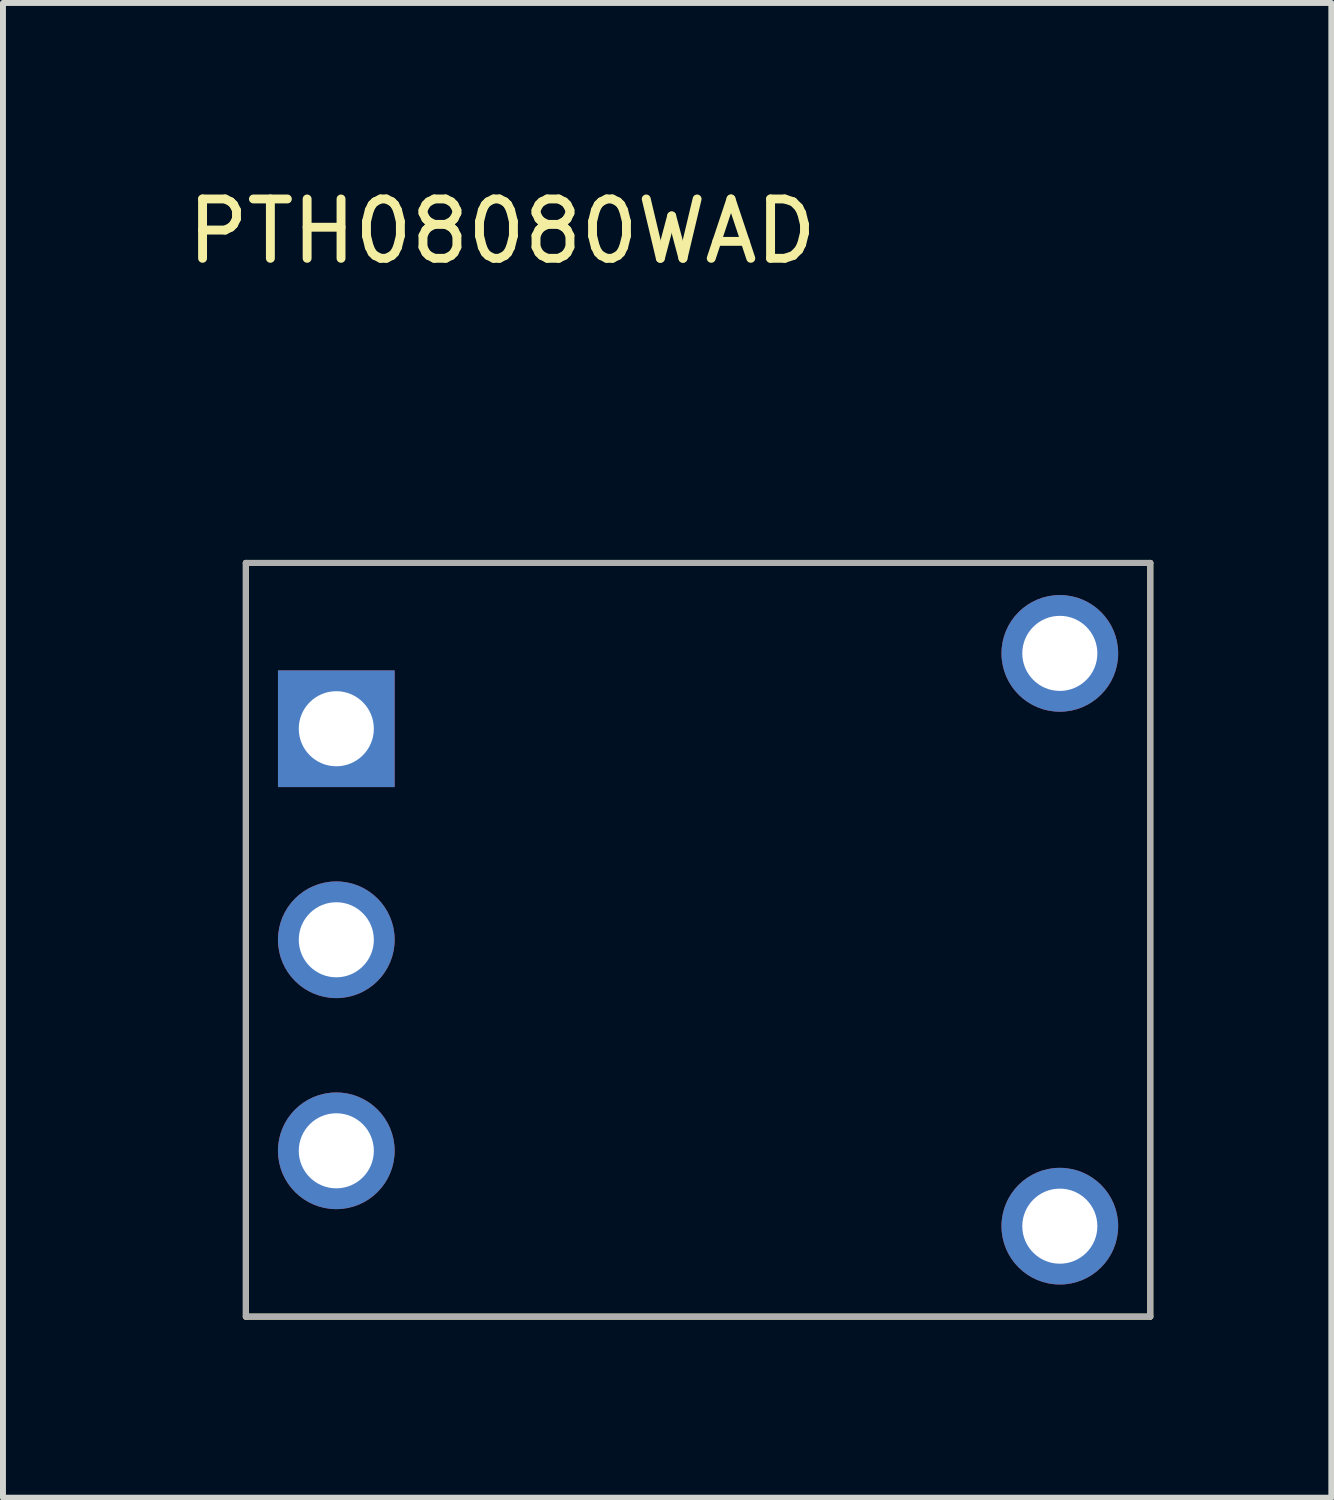
<source format=kicad_pcb>
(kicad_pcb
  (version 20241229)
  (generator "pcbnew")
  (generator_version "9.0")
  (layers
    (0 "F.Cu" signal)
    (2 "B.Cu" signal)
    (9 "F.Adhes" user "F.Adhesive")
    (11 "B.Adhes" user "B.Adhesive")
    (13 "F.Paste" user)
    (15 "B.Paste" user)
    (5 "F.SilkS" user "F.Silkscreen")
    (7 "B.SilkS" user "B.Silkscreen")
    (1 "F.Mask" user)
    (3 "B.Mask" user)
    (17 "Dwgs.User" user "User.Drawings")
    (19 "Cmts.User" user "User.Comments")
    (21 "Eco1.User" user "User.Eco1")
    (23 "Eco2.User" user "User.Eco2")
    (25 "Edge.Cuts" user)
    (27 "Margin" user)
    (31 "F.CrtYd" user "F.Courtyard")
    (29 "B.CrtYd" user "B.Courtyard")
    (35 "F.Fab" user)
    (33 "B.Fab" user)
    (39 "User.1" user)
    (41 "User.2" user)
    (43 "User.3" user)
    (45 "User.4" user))
  (footprint "PTH08080WAD"
    (layer "F.Cu")
    (at 8.713 12.786)
    (property "Reference" "PTH08080WAD" (at -3.302 -11.938 0) (layer "F.SilkS") (effects (font (size 1 1) (thickness 0.15))))
    (attr through_hole)
    (fp_line (start -7.62 6.35) (end -7.62 -6.35) (stroke (width 0.102) (type solid)) (layer "F.SilkS"))
    (fp_line (start 7.62 -6.35) (end -7.62 -6.35) (stroke (width 0.102) (type solid)) (layer "F.SilkS"))
    (fp_line (start 7.62 6.35) (end -7.62 6.35) (stroke (width 0.102) (type solid)) (layer "F.SilkS"))
    (fp_line (start 7.62 6.35) (end 7.62 -6.35) (stroke (width 0.102) (type solid)) (layer "F.SilkS"))
    (fp_line (start -7.62 -6.35) (end 7.62 -6.35) (stroke (width 0.102) (type solid)) (layer "F.Fab"))
    (fp_line (start -7.62 6.35) (end -7.62 -6.35) (stroke (width 0.102) (type solid)) (layer "F.Fab"))
    (fp_line (start -7.62 6.35) (end 7.62 6.35) (stroke (width 0.102) (type solid)) (layer "F.Fab"))
    (fp_line (start 7.62 6.35) (end 7.62 -6.35) (stroke (width 0.102) (type solid)) (layer "F.Fab"))
    (pad "1" thru_hole rect (at -6.096 -3.556) (size 1.966 1.966) (drill 1.265) (layers "*.Cu" "*.Mask"))
    (pad "2" thru_hole circle (at -6.096 0) (size 1.966 1.966) (drill 1.265) (layers "*.Cu" "*.Mask"))
    (pad "3" thru_hole circle (at -6.096 3.556) (size 1.966 1.966) (drill 1.265) (layers "*.Cu" "*.Mask"))
    (pad "4" thru_hole circle (at 6.096 4.826) (size 1.966 1.966) (drill 1.265) (layers "*.Cu" "*.Mask"))
    (pad "5" thru_hole circle (at 6.096 -4.826) (size 1.966 1.966) (drill 1.265) (layers "*.Cu" "*.Mask")))
  (gr_rect
    (start -3 -3)
    (end 19.384 22.187)
    (stroke (width 0.1) (type default))
    (fill no)
    (layer "Edge.Cuts")))
</source>
